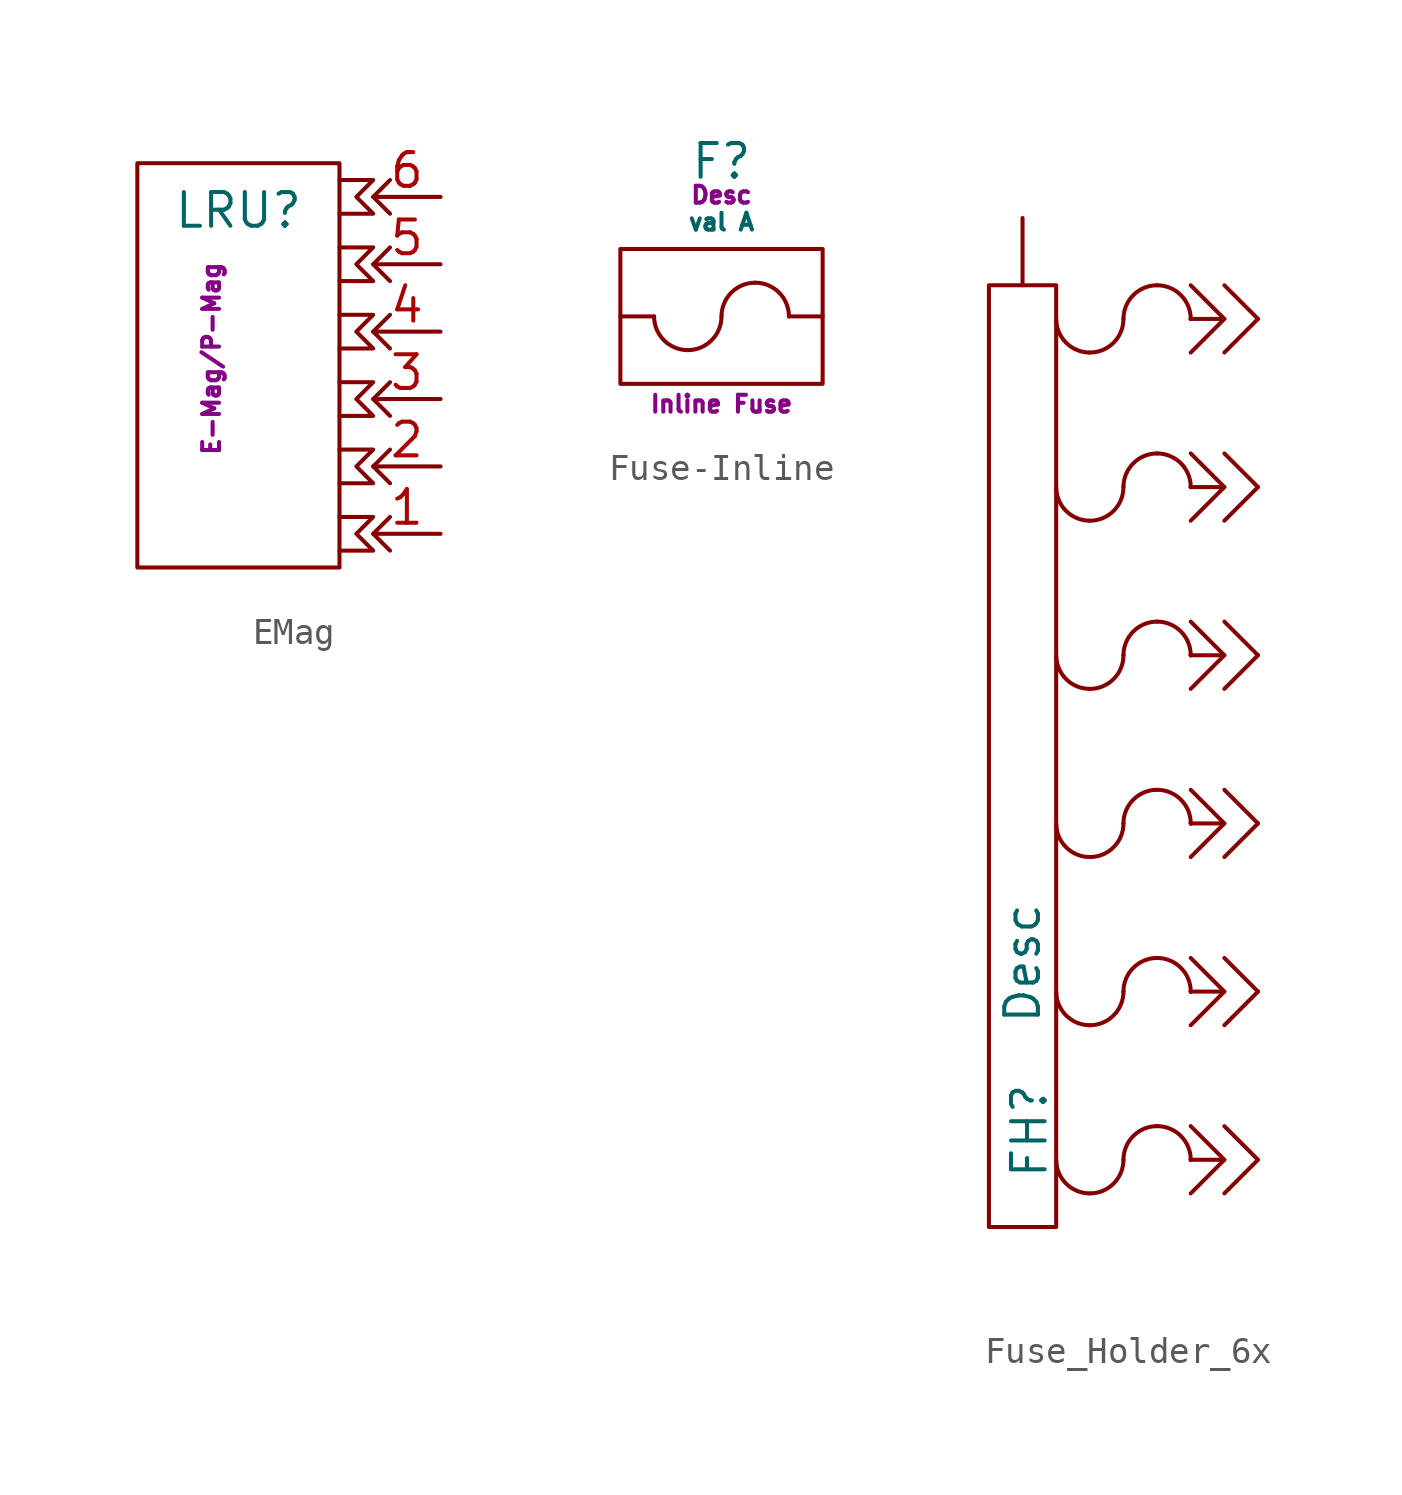
<source format=kicad_sym>
(kicad_symbol_lib
  (version 20231120)
  (generator "kicad_symbol_editor")
  (generator_version "8.0")
  (symbol "EMag"
    (property "Reference" "LRU"
      (at -1.27 5.842 0)
      (do_not_autoplace)
      (effects (font (size 1.27 1.27))))
    (property "Datasheet" "E-Mag/P-Mag"
      (at -2.286 0.254 90)
      (do_not_autoplace)
      (effects (font (size 0.635 0.635))))
    (symbol "EMag_0_1"
      (rectangle (start -5.08 7.62) (end 2.54 -7.62) (stroke (width 0) (type default)) (fill (type none)))
      (polyline (pts (xy 4.445 -5.715) (xy 3.81 -6.35) (xy 4.445 -6.985)) (stroke (width 0) (type default)) (fill (type none)))
      (polyline (pts (xy 4.445 -3.175) (xy 3.81 -3.81) (xy 4.445 -4.445)) (stroke (width 0) (type default)) (fill (type none)))
      (polyline (pts (xy 4.445 -0.635) (xy 3.81 -1.27) (xy 4.445 -1.905)) (stroke (width 0) (type default)) (fill (type none)))
      (polyline (pts (xy 4.445 1.905) (xy 3.81 1.27) (xy 4.445 0.635)) (stroke (width 0) (type default)) (fill (type none)))
      (polyline (pts (xy 4.445 4.445) (xy 3.81 3.81) (xy 4.445 3.175)) (stroke (width 0) (type default)) (fill (type none)))
      (polyline (pts (xy 4.445 6.985) (xy 3.81 6.35) (xy 4.445 5.715)) (stroke (width 0) (type default)) (fill (type none)))
      (polyline (pts (xy 2.54 -6.985) (xy 3.175 -6.985) (xy 3.81 -6.985) (xy 3.175 -6.35) (xy 3.81 -5.715) (xy 2.54 -5.715)) (stroke (width 0) (type default)) (fill (type none)))
      (polyline (pts (xy 2.54 -4.445) (xy 3.175 -4.445) (xy 3.81 -4.445) (xy 3.175 -3.81) (xy 3.81 -3.175) (xy 2.54 -3.175)) (stroke (width 0) (type default)) (fill (type none)))
      (polyline (pts (xy 2.54 -1.905) (xy 3.175 -1.905) (xy 3.81 -1.905) (xy 3.175 -1.27) (xy 3.81 -0.635) (xy 2.54 -0.635)) (stroke (width 0) (type default)) (fill (type none)))
      (polyline (pts (xy 2.54 0.635) (xy 3.175 0.635) (xy 3.81 0.635) (xy 3.175 1.27) (xy 3.81 1.905) (xy 2.54 1.905)) (stroke (width 0) (type default)) (fill (type none)))
      (polyline (pts (xy 2.54 3.175) (xy 3.175 3.175) (xy 3.81 3.175) (xy 3.175 3.81) (xy 3.81 4.445) (xy 2.54 4.445)) (stroke (width 0) (type default)) (fill (type none)))
      (polyline (pts (xy 2.54 5.715) (xy 3.175 5.715) (xy 3.81 5.715) (xy 3.175 6.35) (xy 3.81 6.985) (xy 2.54 6.985)) (stroke (width 0) (type default)) (fill (type none))))
    (symbol "EMag_1_1"
      (pin passive line (at 6.35 -6.35 180) (length 2.54) (name "" (effects (font (size 1.27 1.27)))) (number "1" (effects (font (size 1.27 1.27)))))
      (pin passive line (at 6.35 -3.81 180) (length 2.54) (name "" (effects (font (size 1.27 1.27)))) (number "2" (effects (font (size 1.27 1.27)))))
      (pin passive line (at 6.35 -1.27 180) (length 2.54) (name "" (effects (font (size 1.27 1.27)))) (number "3" (effects (font (size 1.27 1.27)))))
      (pin passive line (at 6.35 1.27 180) (length 2.54) (name "" (effects (font (size 1.27 1.27)))) (number "4" (effects (font (size 1.27 1.27)))))
      (pin passive line (at 6.35 3.81 180) (length 2.54) (name "" (effects (font (size 1.27 1.27)))) (number "5" (effects (font (size 1.27 1.27)))))
      (pin passive line (at 6.35 6.35 180) (length 2.54) (name "" (effects (font (size 1.27 1.27)))) (number "6" (effects (font (size 1.27 1.27)))))))
  (symbol "Fuse-Inline"
    (pin_numbers hide)
    (pin_names hide)
    (property "Reference" "F"
      (at 0 5.842 0)
      (do_not_autoplace)
      (effects (font (size 1.27 1.27))))
    (property "Value" "val A"
      (at 0 3.556 0)
      (do_not_autoplace)
      (effects (font (size 0.635 0.635))))
    (property "Datasheet" "Inline Fuse"
      (at 0 -3.302 0)
      (do_not_autoplace)
      (effects (font (size 0.635 0.635))))
    (property "Description" "Desc"
      (at 0 4.572 0)
      (do_not_autoplace)
      (effects (font (size 0.635 0.635))))
    (symbol "Fuse-Inline_0_1"
      (rectangle (start -3.81 2.54) (end 3.81 -2.54) (stroke (width 0) (type default)) (fill (type none)))
      (arc (start -2.54 0) (mid -2.168 -0.898) (end -1.27 -1.27) (stroke (width 0) (type default)) (fill (type none)))
      (arc (start -1.27 -1.27) (mid -0.372 -0.898) (end 0 0) (stroke (width 0) (type default)) (fill (type none)))
      (arc (start 1.27 1.27) (mid 0.372 0.898) (end 0 0) (stroke (width 0) (type default)) (fill (type none)))
      (arc (start 2.54 0) (mid 2.168 0.898) (end 1.27 1.27) (stroke (width 0) (type default)) (fill (type none))))
    (symbol "Fuse-Inline_1_1"
      (pin passive line (at -3.81 0 0) (length 1.27) (name "Conn" (effects (font (size 1.27 1.27)))) (number "1" (effects (font (size 1.27 1.27)))))
      (pin passive line (at 3.81 0 180) (length 1.27) (name "" (effects (font (size 1.27 1.27)))) (number "2" (effects (font (size 1.27 1.27)))))))
  (symbol "Fuse_Holder_6x"
    (pin_numbers hide)
    (pin_names
      (offset 0) hide)
    (property "Reference" "FH"
      (at -3.556 -14.732 90)
      (do_not_autoplace)
      (effects (font (size 1.27 1.27)) (justify left)))
    (property "Value" "Desc"
      (at -3.81 -8.89 90)
      (do_not_autoplace)
      (effects (font (size 1.27 1.27)) (justify left)))
    (symbol "Fuse_Holder_6x_0_1"
      (rectangle (start -5.08 19.05) (end -2.54 -16.51) (stroke (width 0) (type default)) (fill (type none)))
      (arc (start -2.54 -13.97) (mid -2.168 -14.868) (end -1.27 -15.24) (stroke (width 0) (type default)) (fill (type none)))
      (arc (start -2.54 -7.62) (mid -2.168 -8.518) (end -1.27 -8.89) (stroke (width 0) (type default)) (fill (type none)))
      (arc (start -2.54 -1.27) (mid -2.168 -2.168) (end -1.27 -2.54) (stroke (width 0) (type default)) (fill (type none)))
      (arc (start -2.54 5.08) (mid -2.168 4.182) (end -1.27 3.81) (stroke (width 0) (type default)) (fill (type none)))
      (arc (start -2.54 11.43) (mid -2.168 10.532) (end -1.27 10.16) (stroke (width 0) (type default)) (fill (type none)))
      (arc (start -2.54 17.78) (mid -2.168 16.882) (end -1.27 16.51) (stroke (width 0) (type default)) (fill (type none)))
      (arc (start -1.27 -15.24) (mid -0.372 -14.868) (end 0 -13.97) (stroke (width 0) (type default)) (fill (type none)))
      (arc (start -1.27 -8.89) (mid -0.372 -8.518) (end 0 -7.62) (stroke (width 0) (type default)) (fill (type none)))
      (arc (start -1.27 -2.54) (mid -0.372 -2.168) (end 0 -1.27) (stroke (width 0) (type default)) (fill (type none)))
      (arc (start -1.27 3.81) (mid -0.372 4.182) (end 0 5.08) (stroke (width 0) (type default)) (fill (type none)))
      (arc (start -1.27 10.16) (mid -0.372 10.532) (end 0 11.43) (stroke (width 0) (type default)) (fill (type none)))
      (arc (start -1.27 16.51) (mid -0.372 16.882) (end 0 17.78) (stroke (width 0) (type default)) (fill (type none)))
      (polyline (pts (xy 2.54 -15.24) (xy 3.81 -13.97) (xy 2.54 -12.7)) (stroke (width 0) (type default)) (fill (type none)))
      (polyline (pts (xy 2.54 -8.89) (xy 3.81 -7.62) (xy 2.54 -6.35)) (stroke (width 0) (type default)) (fill (type none)))
      (polyline (pts (xy 2.54 -2.54) (xy 3.81 -1.27) (xy 2.54 0)) (stroke (width 0) (type default)) (fill (type none)))
      (polyline (pts (xy 2.54 3.81) (xy 3.81 5.08) (xy 2.54 6.35)) (stroke (width 0) (type default)) (fill (type none)))
      (polyline (pts (xy 2.54 10.16) (xy 3.81 11.43) (xy 2.54 12.7)) (stroke (width 0) (type default)) (fill (type none)))
      (polyline (pts (xy 2.54 16.51) (xy 3.81 17.78) (xy 2.54 19.05)) (stroke (width 0) (type default)) (fill (type none)))
      (polyline (pts (xy 3.81 -15.24) (xy 5.08 -13.97) (xy 3.81 -12.7)) (stroke (width 0) (type default)) (fill (type none)))
      (polyline (pts (xy 3.81 -8.89) (xy 5.08 -7.62) (xy 3.81 -6.35)) (stroke (width 0) (type default)) (fill (type none)))
      (polyline (pts (xy 3.81 -2.54) (xy 5.08 -1.27) (xy 3.81 0)) (stroke (width 0) (type default)) (fill (type none)))
      (polyline (pts (xy 3.81 3.81) (xy 5.08 5.08) (xy 3.81 6.35)) (stroke (width 0) (type default)) (fill (type none)))
      (polyline (pts (xy 3.81 10.16) (xy 5.08 11.43) (xy 3.81 12.7)) (stroke (width 0) (type default)) (fill (type none)))
      (polyline (pts (xy 3.81 16.51) (xy 5.08 17.78) (xy 3.81 19.05)) (stroke (width 0) (type default)) (fill (type none)))
      (arc (start 1.27 -12.7) (mid 0.372 -13.072) (end 0 -13.97) (stroke (width 0) (type default)) (fill (type none)))
      (arc (start 1.27 -6.35) (mid 0.372 -6.722) (end 0 -7.62) (stroke (width 0) (type default)) (fill (type none)))
      (arc (start 1.27 0) (mid 0.372 -0.372) (end 0 -1.27) (stroke (width 0) (type default)) (fill (type none)))
      (arc (start 1.27 6.35) (mid 0.372 5.978) (end 0 5.08) (stroke (width 0) (type default)) (fill (type none)))
      (arc (start 1.27 12.7) (mid 0.372 12.328) (end 0 11.43) (stroke (width 0) (type default)) (fill (type none)))
      (arc (start 1.27 19.05) (mid 0.372 18.678) (end 0 17.78) (stroke (width 0) (type default)) (fill (type none)))
      (arc (start 2.54 -13.97) (mid 2.168 -13.072) (end 1.27 -12.7) (stroke (width 0) (type default)) (fill (type none)))
      (arc (start 2.54 -7.62) (mid 2.168 -6.722) (end 1.27 -6.35) (stroke (width 0) (type default)) (fill (type none)))
      (arc (start 2.54 -1.27) (mid 2.168 -0.372) (end 1.27 0) (stroke (width 0) (type default)) (fill (type none)))
      (arc (start 2.54 5.08) (mid 2.168 5.978) (end 1.27 6.35) (stroke (width 0) (type default)) (fill (type none)))
      (arc (start 2.54 11.43) (mid 2.168 12.328) (end 1.27 12.7) (stroke (width 0) (type default)) (fill (type none)))
      (arc (start 2.54 17.78) (mid 2.168 18.678) (end 1.27 19.05) (stroke (width 0) (type default)) (fill (type none))))
    (symbol "Fuse_Holder_6x_1_1"
      (polyline (pts (xy 2.54 -13.97) (xy 2.54 -13.97)) (stroke (width 0) (type default)) (fill (type none)))
      (polyline (pts (xy 2.54 -13.97) (xy 2.54 -13.97)) (stroke (width 0) (type default)) (fill (type none)))
      (polyline (pts (xy 2.54 -7.62) (xy 2.54 -7.62)) (stroke (width 0) (type default)) (fill (type none)))
      (polyline (pts (xy 2.54 -7.62) (xy 2.54 -7.62)) (stroke (width 0) (type default)) (fill (type none)))
      (polyline (pts (xy 2.54 -1.27) (xy 2.54 -1.27)) (stroke (width 0) (type default)) (fill (type none)))
      (polyline (pts (xy 2.54 -1.27) (xy 2.54 -1.27)) (stroke (width 0) (type default)) (fill (type none)))
      (polyline (pts (xy 2.54 5.08) (xy 2.54 5.08)) (stroke (width 0) (type default)) (fill (type none)))
      (polyline (pts (xy 2.54 5.08) (xy 2.54 5.08)) (stroke (width 0) (type default)) (fill (type none)))
      (polyline (pts (xy 2.54 11.43) (xy 2.54 11.43)) (stroke (width 0) (type default)) (fill (type none)))
      (polyline (pts (xy 2.54 11.43) (xy 2.54 11.43)) (stroke (width 0) (type default)) (fill (type none)))
      (polyline (pts (xy 2.54 17.78) (xy 2.54 17.78)) (stroke (width 0) (type default)) (fill (type none)))
      (polyline (pts (xy 2.54 17.78) (xy 2.54 17.78)) (stroke (width 0) (type default)) (fill (type none)))
      (polyline (pts (xy 3.81 -13.97) (xy 2.54 -13.97)) (stroke (width 0) (type default)) (fill (type none)))
      (polyline (pts (xy 3.81 -7.62) (xy 2.54 -7.62)) (stroke (width 0) (type default)) (fill (type none)))
      (polyline (pts (xy 3.81 -1.27) (xy 2.54 -1.27)) (stroke (width 0) (type default)) (fill (type none)))
      (polyline (pts (xy 3.81 5.08) (xy 2.54 5.08)) (stroke (width 0) (type default)) (fill (type none)))
      (polyline (pts (xy 3.81 11.43) (xy 2.54 11.43)) (stroke (width 0) (type default)) (fill (type none)))
      (polyline (pts (xy 3.81 17.78) (xy 2.54 17.78)) (stroke (width 0) (type default)) (fill (type none)))
      (pin passive line (at -3.81 21.59 270) (length 2.54) (name "Pwr" (effects (font (size 1.27 1.27)))) (number "1" (effects (font (size 1.27 1.27)))))
      (pin passive line (at 5.08 -13.97 180) (length 0) (name "Desc" (effects (font (size 1.27 1.27)))) (number "Val_A" (effects (font (size 1.27 1.27)))))
      (pin passive line (at 5.08 -7.62 180) (length 0) (name "Desc" (effects (font (size 1.27 1.27)))) (number "Val_A" (effects (font (size 1.27 1.27)))))
      (pin passive line (at 5.08 -1.27 180) (length 0) (name "Desc" (effects (font (size 1.27 1.27)))) (number "Val_A" (effects (font (size 1.27 1.27)))))
      (pin passive line (at 5.08 5.08 180) (length 0) (name "Desc" (effects (font (size 1.27 1.27)))) (number "Val_A" (effects (font (size 1.27 1.27)))))
      (pin passive line (at 5.08 11.43 180) (length 0) (name "Desc" (effects (font (size 1.27 1.27)))) (number "Val_A" (effects (font (size 1.27 1.27)))))
      (pin passive line (at 5.08 17.78 180) (length 0) (name "Desc" (effects (font (size 1.27 1.27)))) (number "Val_A" (effects (font (size 1.27 1.27))))))))
</source>
